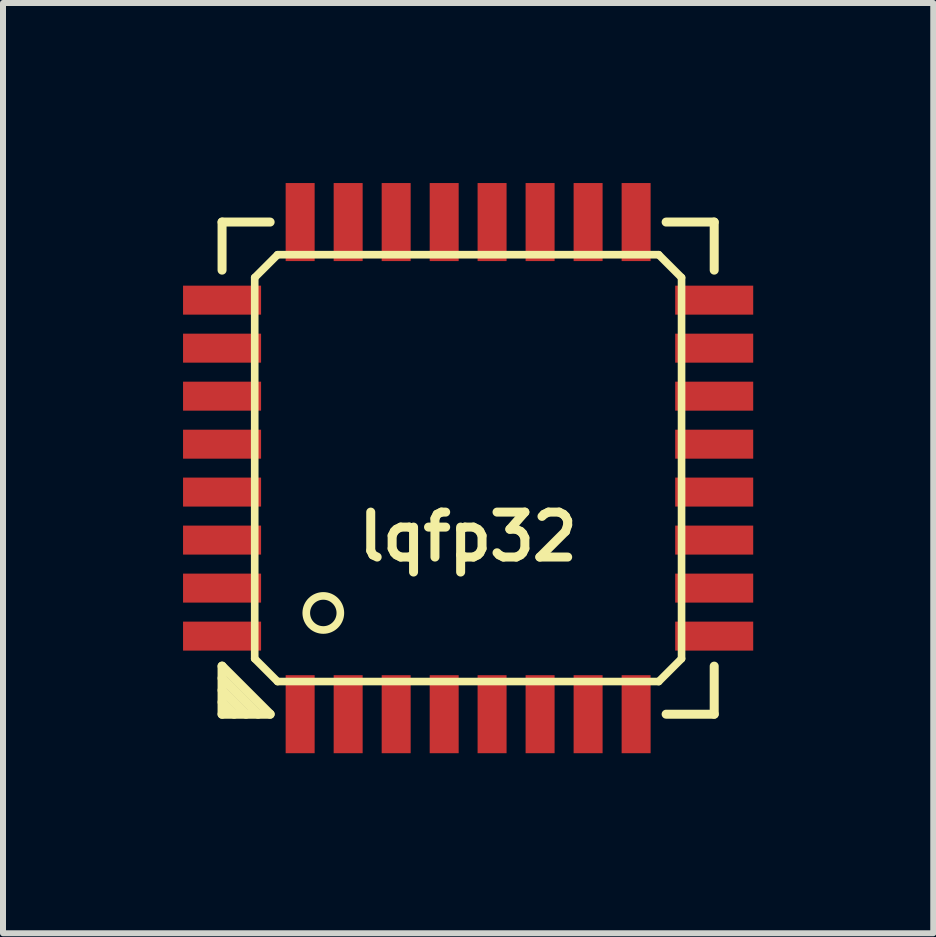
<source format=kicad_pcb>
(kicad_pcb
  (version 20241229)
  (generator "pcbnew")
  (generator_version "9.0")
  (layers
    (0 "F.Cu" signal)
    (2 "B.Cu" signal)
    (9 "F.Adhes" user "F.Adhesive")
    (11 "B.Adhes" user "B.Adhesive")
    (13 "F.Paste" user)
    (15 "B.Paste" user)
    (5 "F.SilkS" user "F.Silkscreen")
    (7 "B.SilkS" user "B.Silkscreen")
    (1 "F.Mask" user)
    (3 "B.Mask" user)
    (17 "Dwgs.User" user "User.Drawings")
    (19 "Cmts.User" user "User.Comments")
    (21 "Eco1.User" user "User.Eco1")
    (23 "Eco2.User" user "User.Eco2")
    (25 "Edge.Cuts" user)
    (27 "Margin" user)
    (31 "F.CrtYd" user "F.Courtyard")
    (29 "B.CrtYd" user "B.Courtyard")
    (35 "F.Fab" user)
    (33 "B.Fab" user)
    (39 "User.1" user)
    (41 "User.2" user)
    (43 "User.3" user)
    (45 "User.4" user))
  (footprint "lqfp32"
    (layer "F.Cu")
    (at 4.75 4.75)
    (property "Reference" "lqfp32" (at 0 1.143 0) (layer "F.SilkS") (effects (font (size 0.749 0.749) (thickness 0.15))))
    (attr smd)
    (fp_line (start -4.1 -4.1) (end -3.299 -4.1) (stroke (width 0.15) (type solid)) (layer "F.SilkS"))
    (fp_line (start -4.1 -3.299) (end -4.1 -4.1) (stroke (width 0.15) (type solid)) (layer "F.SilkS"))
    (fp_line (start -4.1 3.299) (end -3.299 4.1) (stroke (width 0.15) (type solid)) (layer "F.SilkS"))
    (fp_line (start -4.1 3.701) (end -3.701 4.1) (stroke (width 0.15) (type solid)) (layer "F.SilkS"))
    (fp_line (start -4.1 4.1) (end -4.1 3.299) (stroke (width 0.15) (type solid)) (layer "F.SilkS"))
    (fp_line (start -3.899 4.1) (end -4.1 3.899) (stroke (width 0.15) (type solid)) (layer "F.SilkS"))
    (fp_line (start -3.556 -3.175) (end -3.175 -3.556) (stroke (width 0.127) (type solid)) (layer "F.SilkS"))
    (fp_line (start -3.556 3.175) (end -3.556 -3.175) (stroke (width 0.127) (type solid)) (layer "F.SilkS"))
    (fp_line (start -3.5 4.1) (end -4.1 3.5) (stroke (width 0.15) (type solid)) (layer "F.SilkS"))
    (fp_line (start -3.299 4.1) (end -4.1 4.1) (stroke (width 0.15) (type solid)) (layer "F.SilkS"))
    (fp_line (start -3.175 -3.556) (end 3.175 -3.556) (stroke (width 0.127) (type solid)) (layer "F.SilkS"))
    (fp_line (start -3.175 3.556) (end -3.556 3.175) (stroke (width 0.127) (type solid)) (layer "F.SilkS"))
    (fp_line (start 3.175 -3.556) (end 3.556 -3.175) (stroke (width 0.127) (type solid)) (layer "F.SilkS"))
    (fp_line (start 3.175 3.556) (end -3.175 3.556) (stroke (width 0.127) (type solid)) (layer "F.SilkS"))
    (fp_line (start 3.299 -4.1) (end 4.1 -4.1) (stroke (width 0.15) (type solid)) (layer "F.SilkS"))
    (fp_line (start 3.556 -3.175) (end 3.556 3.175) (stroke (width 0.127) (type solid)) (layer "F.SilkS"))
    (fp_line (start 3.556 3.175) (end 3.175 3.556) (stroke (width 0.127) (type solid)) (layer "F.SilkS"))
    (fp_line (start 4.1 -4.1) (end 4.1 -3.299) (stroke (width 0.15) (type solid)) (layer "F.SilkS"))
    (fp_line (start 4.1 3.299) (end 4.1 4.1) (stroke (width 0.15) (type solid)) (layer "F.SilkS"))
    (fp_line (start 4.1 4.1) (end 3.299 4.1) (stroke (width 0.15) (type solid)) (layer "F.SilkS"))
    (fp_circle (center -2.413 2.413) (end -2.667 2.54) (stroke (width 0.127) (type solid)) (fill no) (layer "F.SilkS"))
    (pad "1" smd rect (at -2.799 4.1) (size 0.483 1.3) (layers "F.Cu" "F.Mask" "F.Paste"))
    (pad "2" smd rect (at -1.999 4.1) (size 0.483 1.3) (layers "F.Cu" "F.Mask" "F.Paste"))
    (pad "3" smd rect (at -1.199 4.1) (size 0.483 1.3) (layers "F.Cu" "F.Mask" "F.Paste"))
    (pad "4" smd rect (at -0.399 4.1) (size 0.483 1.3) (layers "F.Cu" "F.Mask" "F.Paste"))
    (pad "5" smd rect (at 0.399 4.1) (size 0.483 1.3) (layers "F.Cu" "F.Mask" "F.Paste"))
    (pad "6" smd rect (at 1.199 4.1) (size 0.483 1.3) (layers "F.Cu" "F.Mask" "F.Paste"))
    (pad "7" smd rect (at 1.999 4.1) (size 0.483 1.3) (layers "F.Cu" "F.Mask" "F.Paste"))
    (pad "8" smd rect (at 2.799 4.1) (size 0.483 1.3) (layers "F.Cu" "F.Mask" "F.Paste"))
    (pad "9" smd rect (at 4.1 2.799) (size 1.3 0.483) (layers "F.Cu" "F.Mask" "F.Paste"))
    (pad "10" smd rect (at 4.1 1.999) (size 1.3 0.483) (layers "F.Cu" "F.Mask" "F.Paste"))
    (pad "11" smd rect (at 4.1 1.199) (size 1.3 0.483) (layers "F.Cu" "F.Mask" "F.Paste"))
    (pad "12" smd rect (at 4.1 0.399) (size 1.3 0.483) (layers "F.Cu" "F.Mask" "F.Paste"))
    (pad "13" smd rect (at 4.1 -0.399) (size 1.3 0.483) (layers "F.Cu" "F.Mask" "F.Paste"))
    (pad "14" smd rect (at 4.1 -1.199) (size 1.3 0.483) (layers "F.Cu" "F.Mask" "F.Paste"))
    (pad "15" smd rect (at 4.1 -1.999) (size 1.3 0.483) (layers "F.Cu" "F.Mask" "F.Paste"))
    (pad "16" smd rect (at 4.1 -2.799) (size 1.3 0.483) (layers "F.Cu" "F.Mask" "F.Paste"))
    (pad "17" smd rect (at 2.799 -4.1) (size 0.483 1.3) (layers "F.Cu" "F.Mask" "F.Paste"))
    (pad "18" smd rect (at 1.999 -4.1) (size 0.483 1.3) (layers "F.Cu" "F.Mask" "F.Paste"))
    (pad "19" smd rect (at 1.199 -4.1) (size 0.483 1.3) (layers "F.Cu" "F.Mask" "F.Paste"))
    (pad "20" smd rect (at 0.399 -4.1) (size 0.483 1.3) (layers "F.Cu" "F.Mask" "F.Paste"))
    (pad "21" smd rect (at -0.399 -4.1) (size 0.483 1.3) (layers "F.Cu" "F.Mask" "F.Paste"))
    (pad "22" smd rect (at -1.199 -4.1) (size 0.483 1.3) (layers "F.Cu" "F.Mask" "F.Paste"))
    (pad "23" smd rect (at -1.999 -4.1) (size 0.483 1.3) (layers "F.Cu" "F.Mask" "F.Paste"))
    (pad "24" smd rect (at -2.799 -4.1) (size 0.483 1.3) (layers "F.Cu" "F.Mask" "F.Paste"))
    (pad "25" smd rect (at -4.1 -2.799) (size 1.3 0.483) (layers "F.Cu" "F.Mask" "F.Paste"))
    (pad "26" smd rect (at -4.1 -1.999) (size 1.3 0.483) (layers "F.Cu" "F.Mask" "F.Paste"))
    (pad "27" smd rect (at -4.1 -1.199) (size 1.3 0.483) (layers "F.Cu" "F.Mask" "F.Paste"))
    (pad "28" smd rect (at -4.1 -0.399) (size 1.3 0.483) (layers "F.Cu" "F.Mask" "F.Paste"))
    (pad "29" smd rect (at -4.1 0.399) (size 1.3 0.483) (layers "F.Cu" "F.Mask" "F.Paste"))
    (pad "30" smd rect (at -4.1 1.199) (size 1.3 0.483) (layers "F.Cu" "F.Mask" "F.Paste"))
    (pad "31" smd rect (at -4.1 1.999) (size 1.3 0.483) (layers "F.Cu" "F.Mask" "F.Paste"))
    (pad "32" smd rect (at -4.1 2.799) (size 1.3 0.483) (layers "F.Cu" "F.Mask" "F.Paste")))
  (gr_rect
    (start -3 -3)
    (end 12.5 12.5)
    (stroke (width 0.1) (type default))
    (fill no)
    (layer "Edge.Cuts")))
</source>
